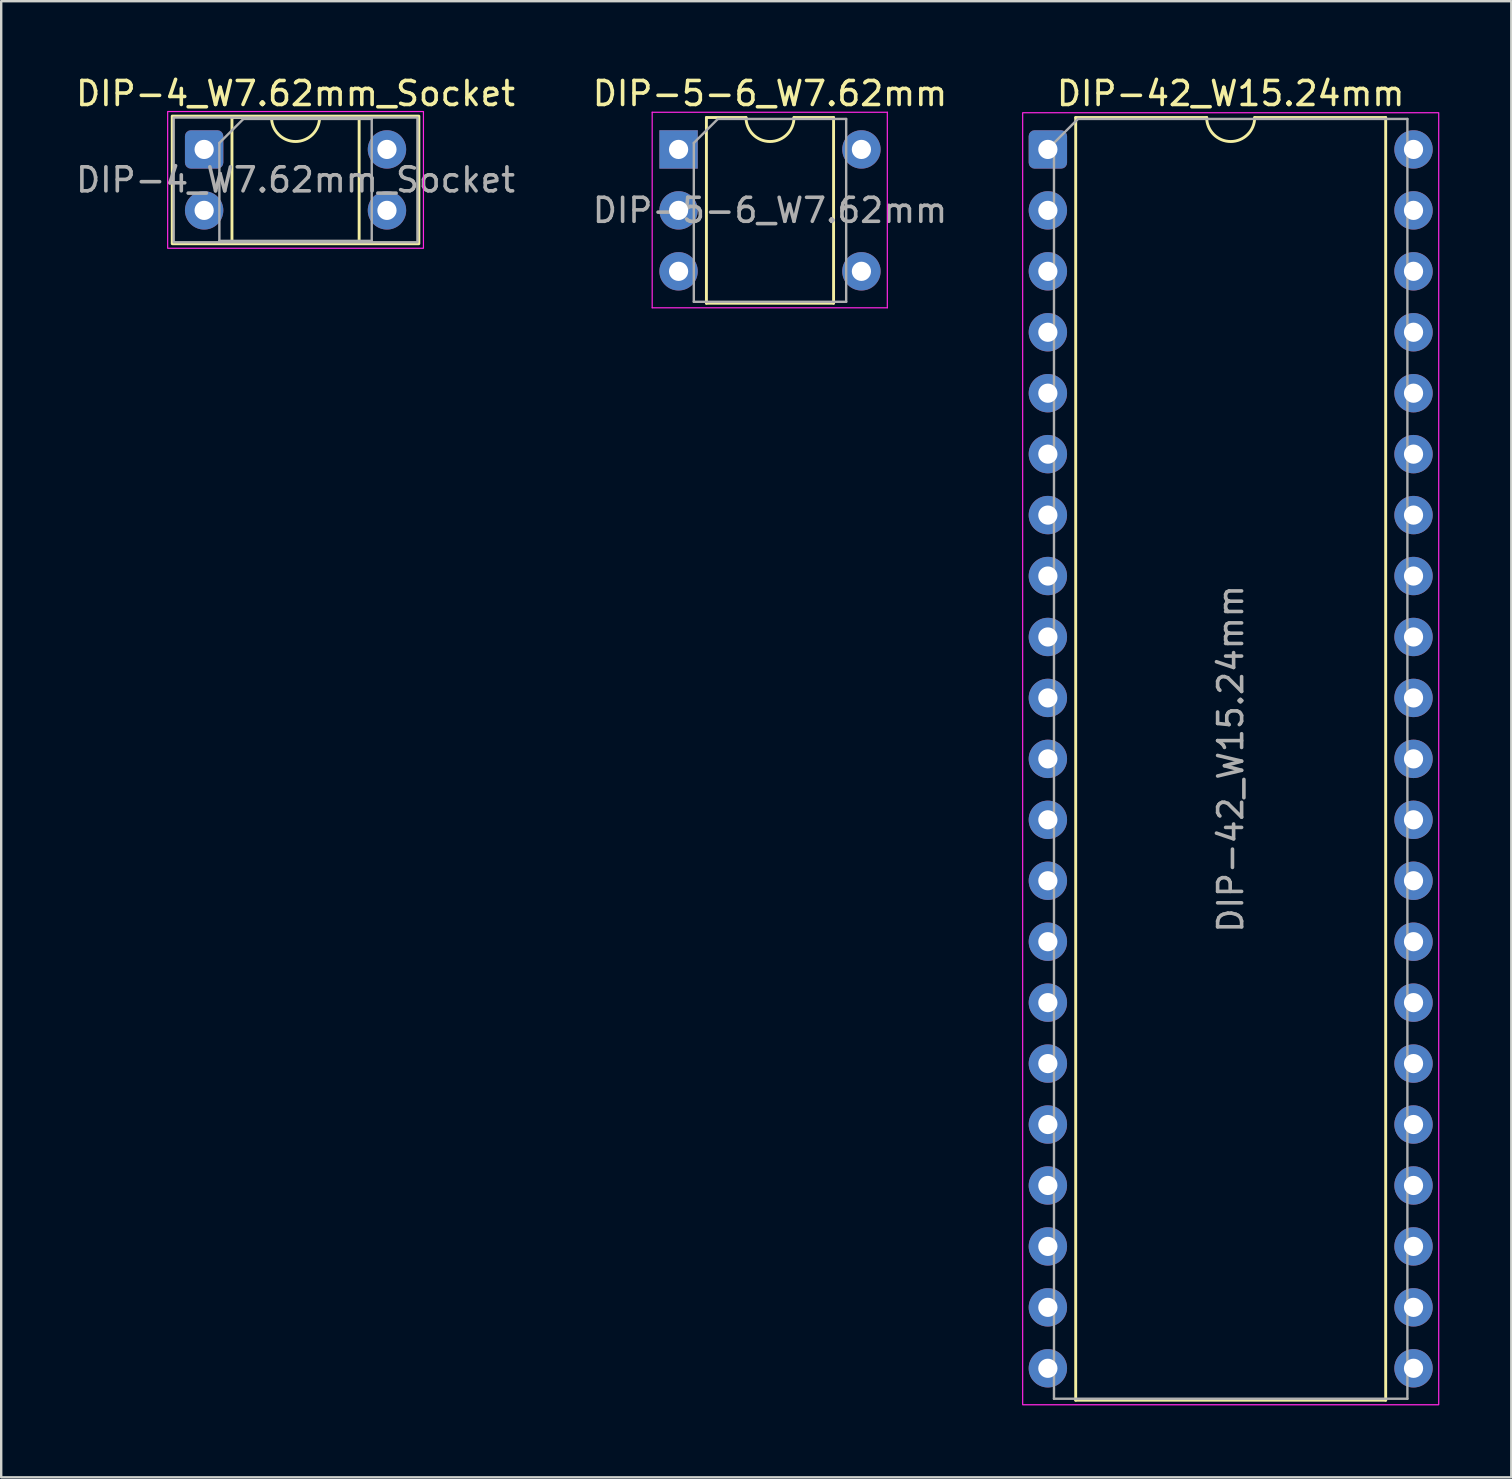
<source format=kicad_pcb>
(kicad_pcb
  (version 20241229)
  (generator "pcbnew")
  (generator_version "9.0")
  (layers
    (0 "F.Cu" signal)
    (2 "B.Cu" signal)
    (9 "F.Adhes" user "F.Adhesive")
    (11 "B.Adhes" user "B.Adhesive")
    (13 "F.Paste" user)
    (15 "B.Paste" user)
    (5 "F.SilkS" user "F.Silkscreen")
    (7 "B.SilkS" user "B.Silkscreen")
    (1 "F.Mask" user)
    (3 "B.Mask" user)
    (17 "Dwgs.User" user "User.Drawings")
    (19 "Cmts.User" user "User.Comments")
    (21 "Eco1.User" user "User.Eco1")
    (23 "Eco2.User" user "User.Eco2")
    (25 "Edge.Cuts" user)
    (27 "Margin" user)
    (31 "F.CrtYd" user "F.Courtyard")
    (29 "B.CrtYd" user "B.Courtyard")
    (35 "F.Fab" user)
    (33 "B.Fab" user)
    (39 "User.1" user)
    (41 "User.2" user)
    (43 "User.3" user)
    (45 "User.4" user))
  (footprint "DIP-5-6_W7.62mm"
    (layer "F.Cu")
    (at 25.232 3.178)
    (property "Reference" "DIP-5-6_W7.62mm" (at 3.81 -2.33 0) (layer "F.SilkS") (effects (font (size 1 1) (thickness 0.15))))
    (attr through_hole)
    (fp_line (start 1.16 -1.33) (end 1.16 6.41) (stroke (width 0.12) (type solid)) (layer "F.SilkS"))
    (fp_line (start 1.16 6.41) (end 6.46 6.41) (stroke (width 0.12) (type solid)) (layer "F.SilkS"))
    (fp_line (start 2.81 -1.33) (end 1.16 -1.33) (stroke (width 0.12) (type solid)) (layer "F.SilkS"))
    (fp_line (start 6.46 -1.33) (end 4.81 -1.33) (stroke (width 0.12) (type solid)) (layer "F.SilkS"))
    (fp_line (start 6.46 6.41) (end 6.46 -1.33) (stroke (width 0.12) (type solid)) (layer "F.SilkS"))
    (fp_arc (start 4.81 -1.33) (mid 3.81 -0.33) (end 2.81 -1.33) (stroke (width 0.12) (type solid)) (layer "F.SilkS"))
    (fp_line (start -1.1 -1.55) (end -1.1 6.6) (stroke (width 0.05) (type solid)) (layer "F.CrtYd"))
    (fp_line (start -1.1 6.6) (end 8.7 6.6) (stroke (width 0.05) (type solid)) (layer "F.CrtYd"))
    (fp_line (start 8.7 -1.55) (end -1.1 -1.55) (stroke (width 0.05) (type solid)) (layer "F.CrtYd"))
    (fp_line (start 8.7 6.6) (end 8.7 -1.55) (stroke (width 0.05) (type solid)) (layer "F.CrtYd"))
    (fp_line (start 0.635 -0.27) (end 1.635 -1.27) (stroke (width 0.1) (type solid)) (layer "F.Fab"))
    (fp_line (start 0.635 6.35) (end 0.635 -0.27) (stroke (width 0.1) (type solid)) (layer "F.Fab"))
    (fp_line (start 1.635 -1.27) (end 6.985 -1.27) (stroke (width 0.1) (type solid)) (layer "F.Fab"))
    (fp_line (start 6.985 -1.27) (end 6.985 6.35) (stroke (width 0.1) (type solid)) (layer "F.Fab"))
    (fp_line (start 6.985 6.35) (end 0.635 6.35) (stroke (width 0.1) (type solid)) (layer "F.Fab"))
    (fp_text user "${REFERENCE}" (at 3.81 2.54 0) (layer "F.Fab") (effects (font (size 1 1) (thickness 0.15))))
    (pad "1" thru_hole rect (at 0 0) (size 1.6 1.6) (drill 0.8) (layers "*.Cu" "*.Mask"))
    (pad "2" thru_hole oval (at 0 2.54) (size 1.6 1.6) (drill 0.8) (layers "*.Cu" "*.Mask"))
    (pad "3" thru_hole oval (at 0 5.08) (size 1.6 1.6) (drill 0.8) (layers "*.Cu" "*.Mask"))
    (pad "4" thru_hole oval (at 7.62 5.08) (size 1.6 1.6) (drill 0.8) (layers "*.Cu" "*.Mask"))
    (pad "6" thru_hole oval (at 7.62 0) (size 1.6 1.6) (drill 0.8) (layers "*.Cu" "*.Mask")))
  (footprint "DIP-42_W15.24mm"
    (layer "F.Cu")
    (at 40.623 3.178)
    (property "Reference" "DIP-42_W15.24mm" (at 7.62 -2.33 0) (layer "F.SilkS") (effects (font (size 1 1) (thickness 0.15))))
    (attr through_hole)
    (fp_line (start 1.16 -1.33) (end 1.16 52.13) (stroke (width 0.12) (type solid)) (layer "F.SilkS"))
    (fp_line (start 1.16 52.13) (end 14.08 52.13) (stroke (width 0.12) (type solid)) (layer "F.SilkS"))
    (fp_line (start 6.62 -1.33) (end 1.16 -1.33) (stroke (width 0.12) (type solid)) (layer "F.SilkS"))
    (fp_line (start 14.08 -1.33) (end 8.62 -1.33) (stroke (width 0.12) (type solid)) (layer "F.SilkS"))
    (fp_line (start 14.08 52.13) (end 14.08 -1.33) (stroke (width 0.12) (type solid)) (layer "F.SilkS"))
    (fp_arc (start 8.62 -1.33) (mid 7.62 -0.33) (end 6.62 -1.33) (stroke (width 0.12) (type solid)) (layer "F.SilkS"))
    (fp_rect (start -1.05 -1.53) (end 16.29 52.32) (stroke (width 0.05) (type solid)) (fill no) (layer "F.CrtYd"))
    (fp_line (start 0.255 -0.27) (end 1.255 -1.27) (stroke (width 0.1) (type solid)) (layer "F.Fab"))
    (fp_line (start 0.255 52.07) (end 0.255 -0.27) (stroke (width 0.1) (type solid)) (layer "F.Fab"))
    (fp_line (start 1.255 -1.27) (end 14.985 -1.27) (stroke (width 0.1) (type solid)) (layer "F.Fab"))
    (fp_line (start 14.985 -1.27) (end 14.985 52.07) (stroke (width 0.1) (type solid)) (layer "F.Fab"))
    (fp_line (start 14.985 52.07) (end 0.255 52.07) (stroke (width 0.1) (type solid)) (layer "F.Fab"))
    (fp_text user "${REFERENCE}" (at 7.62 25.4 90) (layer "F.Fab") (effects (font (size 1 1) (thickness 0.15))))
    (pad "1" thru_hole roundrect (at 0 0) (size 1.6 1.6) (drill 0.8) (layers "*.Cu" "*.Mask") (roundrect_rratio 0.156))
    (pad "2" thru_hole circle (at 0 2.54) (size 1.6 1.6) (drill 0.8) (layers "*.Cu" "*.Mask"))
    (pad "3" thru_hole circle (at 0 5.08) (size 1.6 1.6) (drill 0.8) (layers "*.Cu" "*.Mask"))
    (pad "4" thru_hole circle (at 0 7.62) (size 1.6 1.6) (drill 0.8) (layers "*.Cu" "*.Mask"))
    (pad "5" thru_hole circle (at 0 10.16) (size 1.6 1.6) (drill 0.8) (layers "*.Cu" "*.Mask"))
    (pad "6" thru_hole circle (at 0 12.7) (size 1.6 1.6) (drill 0.8) (layers "*.Cu" "*.Mask"))
    (pad "7" thru_hole circle (at 0 15.24) (size 1.6 1.6) (drill 0.8) (layers "*.Cu" "*.Mask"))
    (pad "8" thru_hole circle (at 0 17.78) (size 1.6 1.6) (drill 0.8) (layers "*.Cu" "*.Mask"))
    (pad "9" thru_hole circle (at 0 20.32) (size 1.6 1.6) (drill 0.8) (layers "*.Cu" "*.Mask"))
    (pad "10" thru_hole circle (at 0 22.86) (size 1.6 1.6) (drill 0.8) (layers "*.Cu" "*.Mask"))
    (pad "11" thru_hole circle (at 0 25.4) (size 1.6 1.6) (drill 0.8) (layers "*.Cu" "*.Mask"))
    (pad "12" thru_hole circle (at 0 27.94) (size 1.6 1.6) (drill 0.8) (layers "*.Cu" "*.Mask"))
    (pad "13" thru_hole circle (at 0 30.48) (size 1.6 1.6) (drill 0.8) (layers "*.Cu" "*.Mask"))
    (pad "14" thru_hole circle (at 0 33.02) (size 1.6 1.6) (drill 0.8) (layers "*.Cu" "*.Mask"))
    (pad "15" thru_hole circle (at 0 35.56) (size 1.6 1.6) (drill 0.8) (layers "*.Cu" "*.Mask"))
    (pad "16" thru_hole circle (at 0 38.1) (size 1.6 1.6) (drill 0.8) (layers "*.Cu" "*.Mask"))
    (pad "17" thru_hole circle (at 0 40.64) (size 1.6 1.6) (drill 0.8) (layers "*.Cu" "*.Mask"))
    (pad "18" thru_hole circle (at 0 43.18) (size 1.6 1.6) (drill 0.8) (layers "*.Cu" "*.Mask"))
    (pad "19" thru_hole circle (at 0 45.72) (size 1.6 1.6) (drill 0.8) (layers "*.Cu" "*.Mask"))
    (pad "20" thru_hole circle (at 0 48.26) (size 1.6 1.6) (drill 0.8) (layers "*.Cu" "*.Mask"))
    (pad "21" thru_hole circle (at 0 50.8) (size 1.6 1.6) (drill 0.8) (layers "*.Cu" "*.Mask"))
    (pad "22" thru_hole circle (at 15.24 50.8) (size 1.6 1.6) (drill 0.8) (layers "*.Cu" "*.Mask"))
    (pad "23" thru_hole circle (at 15.24 48.26) (size 1.6 1.6) (drill 0.8) (layers "*.Cu" "*.Mask"))
    (pad "24" thru_hole circle (at 15.24 45.72) (size 1.6 1.6) (drill 0.8) (layers "*.Cu" "*.Mask"))
    (pad "25" thru_hole circle (at 15.24 43.18) (size 1.6 1.6) (drill 0.8) (layers "*.Cu" "*.Mask"))
    (pad "26" thru_hole circle (at 15.24 40.64) (size 1.6 1.6) (drill 0.8) (layers "*.Cu" "*.Mask"))
    (pad "27" thru_hole circle (at 15.24 38.1) (size 1.6 1.6) (drill 0.8) (layers "*.Cu" "*.Mask"))
    (pad "28" thru_hole circle (at 15.24 35.56) (size 1.6 1.6) (drill 0.8) (layers "*.Cu" "*.Mask"))
    (pad "29" thru_hole circle (at 15.24 33.02) (size 1.6 1.6) (drill 0.8) (layers "*.Cu" "*.Mask"))
    (pad "30" thru_hole circle (at 15.24 30.48) (size 1.6 1.6) (drill 0.8) (layers "*.Cu" "*.Mask"))
    (pad "31" thru_hole circle (at 15.24 27.94) (size 1.6 1.6) (drill 0.8) (layers "*.Cu" "*.Mask"))
    (pad "32" thru_hole circle (at 15.24 25.4) (size 1.6 1.6) (drill 0.8) (layers "*.Cu" "*.Mask"))
    (pad "33" thru_hole circle (at 15.24 22.86) (size 1.6 1.6) (drill 0.8) (layers "*.Cu" "*.Mask"))
    (pad "34" thru_hole circle (at 15.24 20.32) (size 1.6 1.6) (drill 0.8) (layers "*.Cu" "*.Mask"))
    (pad "35" thru_hole circle (at 15.24 17.78) (size 1.6 1.6) (drill 0.8) (layers "*.Cu" "*.Mask"))
    (pad "36" thru_hole circle (at 15.24 15.24) (size 1.6 1.6) (drill 0.8) (layers "*.Cu" "*.Mask"))
    (pad "37" thru_hole circle (at 15.24 12.7) (size 1.6 1.6) (drill 0.8) (layers "*.Cu" "*.Mask"))
    (pad "38" thru_hole circle (at 15.24 10.16) (size 1.6 1.6) (drill 0.8) (layers "*.Cu" "*.Mask"))
    (pad "39" thru_hole circle (at 15.24 7.62) (size 1.6 1.6) (drill 0.8) (layers "*.Cu" "*.Mask"))
    (pad "40" thru_hole circle (at 15.24 5.08) (size 1.6 1.6) (drill 0.8) (layers "*.Cu" "*.Mask"))
    (pad "41" thru_hole circle (at 15.24 2.54) (size 1.6 1.6) (drill 0.8) (layers "*.Cu" "*.Mask"))
    (pad "42" thru_hole circle (at 15.24 0) (size 1.6 1.6) (drill 0.8) (layers "*.Cu" "*.Mask")))
  (footprint "DIP-4_W7.62mm_Socket"
    (layer "F.Cu")
    (at 5.458 3.178)
    (property "Reference" "DIP-4_W7.62mm_Socket" (at 3.81 -2.33 0) (layer "F.SilkS") (effects (font (size 1 1) (thickness 0.15))))
    (attr through_hole)
    (fp_line (start 1.16 -1.33) (end 1.16 3.87) (stroke (width 0.12) (type solid)) (layer "F.SilkS"))
    (fp_line (start 1.16 3.87) (end 6.46 3.87) (stroke (width 0.12) (type solid)) (layer "F.SilkS"))
    (fp_line (start 2.81 -1.33) (end 1.16 -1.33) (stroke (width 0.12) (type solid)) (layer "F.SilkS"))
    (fp_line (start 6.46 -1.33) (end 4.81 -1.33) (stroke (width 0.12) (type solid)) (layer "F.SilkS"))
    (fp_line (start 6.46 3.87) (end 6.46 -1.33) (stroke (width 0.12) (type solid)) (layer "F.SilkS"))
    (fp_rect (start -1.33 -1.39) (end 8.95 3.93) (stroke (width 0.12) (type solid)) (fill no) (layer "F.SilkS"))
    (fp_arc (start 4.81 -1.33) (mid 3.81 -0.33) (end 2.81 -1.33) (stroke (width 0.12) (type solid)) (layer "F.SilkS"))
    (fp_rect (start -1.52 -1.58) (end 9.14 4.12) (stroke (width 0.05) (type solid)) (fill no) (layer "F.CrtYd"))
    (fp_line (start 0.635 -0.27) (end 1.635 -1.27) (stroke (width 0.1) (type solid)) (layer "F.Fab"))
    (fp_line (start 0.635 3.81) (end 0.635 -0.27) (stroke (width 0.1) (type solid)) (layer "F.Fab"))
    (fp_line (start 1.635 -1.27) (end 6.985 -1.27) (stroke (width 0.1) (type solid)) (layer "F.Fab"))
    (fp_line (start 6.985 -1.27) (end 6.985 3.81) (stroke (width 0.1) (type solid)) (layer "F.Fab"))
    (fp_line (start 6.985 3.81) (end 0.635 3.81) (stroke (width 0.1) (type solid)) (layer "F.Fab"))
    (fp_rect (start -1.27 -1.33) (end 8.89 3.87) (stroke (width 0.1) (type solid)) (fill no) (layer "F.Fab"))
    (fp_text user "${REFERENCE}" (at 3.81 1.27 0) (layer "F.Fab") (effects (font (size 1 1) (thickness 0.15))))
    (pad "1" thru_hole roundrect (at 0 0) (size 1.6 1.6) (drill 0.8) (layers "*.Cu" "*.Mask") (roundrect_rratio 0.156))
    (pad "2" thru_hole circle (at 0 2.54) (size 1.6 1.6) (drill 0.8) (layers "*.Cu" "*.Mask"))
    (pad "3" thru_hole circle (at 7.62 2.54) (size 1.6 1.6) (drill 0.8) (layers "*.Cu" "*.Mask"))
    (pad "4" thru_hole circle (at 7.62 0) (size 1.6 1.6) (drill 0.8) (layers "*.Cu" "*.Mask")))
  (gr_rect
    (start -3 -3)
    (end 59.938 58.523)
    (stroke (width 0.1) (type default))
    (fill no)
    (layer "Edge.Cuts")))
</source>
